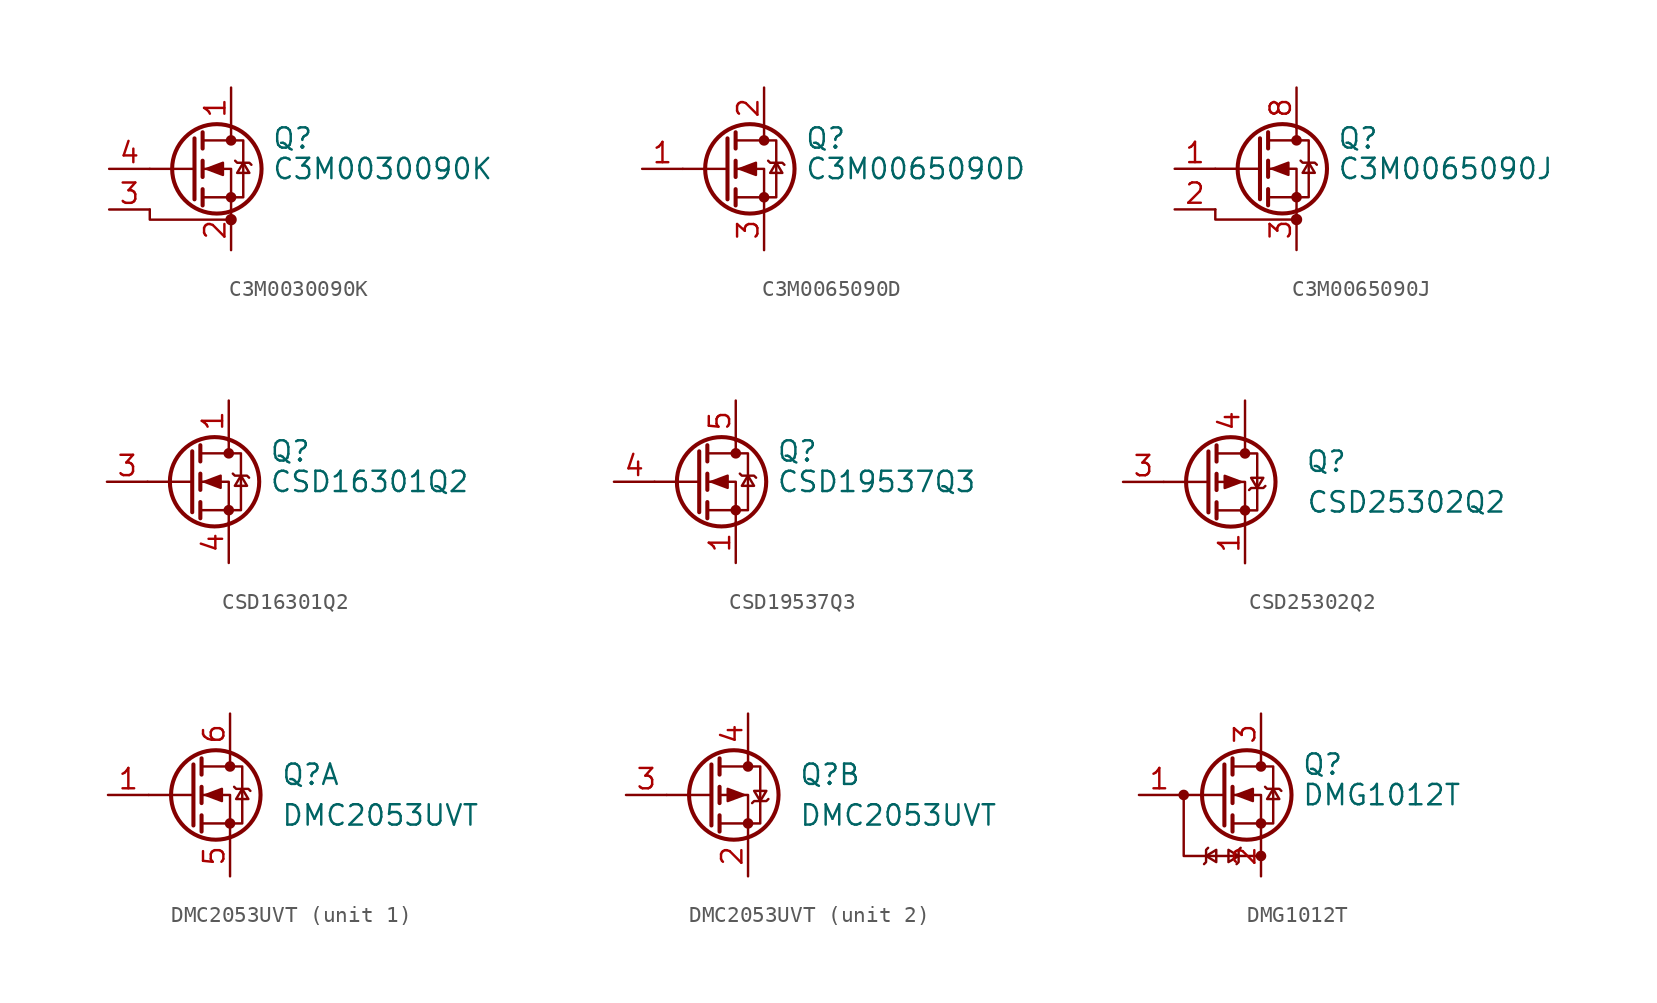
<source format=kicad_sym>
(kicad_symbol_lib
  (version 20200908)
  (generator kicad_symbol_editor)
  (symbol "Transistor_FET:C3M0030090K"
    (pin_names hide)
    (property "Reference" "Q"
      (at 5.08 1.905 0)
      (effects (font (size 1.27 1.27)) (justify left)))
    (property "Value" "C3M0030090K"
      (at 5.08 0 0)
      (effects (font (size 1.27 1.27)) (justify left)))
    (symbol "C3M0030090K_0_1"
      (circle (center 1.651 0) (radius 2.794) (stroke (width 0.254)) (fill (type none)))
      (circle (center 2.54 -3.175) (radius 0.279) (stroke (width 0)) (fill (type outline)))
      (circle (center 2.54 -1.778) (radius 0.254) (stroke (width 0)) (fill (type outline)))
      (circle (center 2.54 1.778) (radius 0.254) (stroke (width 0)) (fill (type outline)))
      (polyline (pts (xy 0.254 0) (xy -2.54 0)) (stroke (width 0)) (fill (type none)))
      (polyline (pts (xy 0.254 1.905) (xy 0.254 -1.905)) (stroke (width 0.254)) (fill (type none)))
      (polyline (pts (xy 0.762 -1.27) (xy 0.762 -2.286)) (stroke (width 0.254)) (fill (type none)))
      (polyline (pts (xy 0.762 0.508) (xy 0.762 -0.508)) (stroke (width 0.254)) (fill (type none)))
      (polyline (pts (xy 0.762 2.286) (xy 0.762 1.27)) (stroke (width 0.254)) (fill (type none)))
      (polyline (pts (xy 2.54 2.54) (xy 2.54 1.778)) (stroke (width 0)) (fill (type none)))
      (polyline (pts (xy -2.54 -2.54) (xy -2.54 -3.175) (xy 2.54 -3.175)) (stroke (width 0)) (fill (type none)))
      (polyline (pts (xy 2.54 -2.54) (xy 2.54 0) (xy 0.762 0)) (stroke (width 0)) (fill (type none)))
      (polyline (pts (xy 0.762 -1.778) (xy 3.302 -1.778) (xy 3.302 1.778) (xy 0.762 1.778)) (stroke (width 0)) (fill (type none)))
      (polyline (pts (xy 1.016 0) (xy 2.032 0.381) (xy 2.032 -0.381) (xy 1.016 0)) (stroke (width 0)) (fill (type outline)))
      (polyline (pts (xy 2.794 0.508) (xy 2.921 0.381) (xy 3.683 0.381) (xy 3.81 0.254)) (stroke (width 0)) (fill (type none)))
      (polyline (pts (xy 3.302 0.381) (xy 2.921 -0.254) (xy 3.683 -0.254) (xy 3.302 0.381)) (stroke (width 0)) (fill (type none))))
    (symbol "C3M0030090K_1_1"
      (pin passive line (at 2.54 5.08 270) (length 2.54) (name "D" (effects (font (size 1.27 1.27)))) (number "1" (effects (font (size 1.27 1.27)))))
      (pin passive line (at 2.54 -5.08 90) (length 2.54) (name "S" (effects (font (size 1.27 1.27)))) (number "2" (effects (font (size 1.27 1.27)))))
      (pin passive line (at -5.08 -2.54 0) (length 2.54) (name "DS" (effects (font (size 1.27 1.27)))) (number "3" (effects (font (size 1.27 1.27)))))
      (pin input line (at -5.08 0 0) (length 2.54) (name "G" (effects (font (size 1.27 1.27)))) (number "4" (effects (font (size 1.27 1.27)))))))
  (symbol "Transistor_FET:C3M0065090D"
    (pin_names hide)
    (property "Reference" "Q"
      (at 5.08 1.905 0)
      (effects (font (size 1.27 1.27)) (justify left)))
    (property "Value" "C3M0065090D"
      (at 5.08 0 0)
      (effects (font (size 1.27 1.27)) (justify left)))
    (symbol "C3M0065090D_0_1"
      (circle (center 1.651 0) (radius 2.794) (stroke (width 0.254)) (fill (type none)))
      (circle (center 2.54 -1.778) (radius 0.254) (stroke (width 0)) (fill (type outline)))
      (circle (center 2.54 1.778) (radius 0.254) (stroke (width 0)) (fill (type outline)))
      (polyline (pts (xy 0.254 0) (xy -2.54 0)) (stroke (width 0)) (fill (type none)))
      (polyline (pts (xy 0.254 1.905) (xy 0.254 -1.905)) (stroke (width 0.254)) (fill (type none)))
      (polyline (pts (xy 0.762 -1.27) (xy 0.762 -2.286)) (stroke (width 0.254)) (fill (type none)))
      (polyline (pts (xy 0.762 0.508) (xy 0.762 -0.508)) (stroke (width 0.254)) (fill (type none)))
      (polyline (pts (xy 0.762 2.286) (xy 0.762 1.27)) (stroke (width 0.254)) (fill (type none)))
      (polyline (pts (xy 2.54 2.54) (xy 2.54 1.778)) (stroke (width 0)) (fill (type none)))
      (polyline (pts (xy 2.54 -2.54) (xy 2.54 0) (xy 0.762 0)) (stroke (width 0)) (fill (type none)))
      (polyline (pts (xy 0.762 -1.778) (xy 3.302 -1.778) (xy 3.302 1.778) (xy 0.762 1.778)) (stroke (width 0)) (fill (type none)))
      (polyline (pts (xy 1.016 0) (xy 2.032 0.381) (xy 2.032 -0.381) (xy 1.016 0)) (stroke (width 0)) (fill (type outline)))
      (polyline (pts (xy 2.794 0.508) (xy 2.921 0.381) (xy 3.683 0.381) (xy 3.81 0.254)) (stroke (width 0)) (fill (type none)))
      (polyline (pts (xy 3.302 0.381) (xy 2.921 -0.254) (xy 3.683 -0.254) (xy 3.302 0.381)) (stroke (width 0)) (fill (type none))))
    (symbol "C3M0065090D_1_1"
      (pin input line (at -5.08 0 0) (length 2.54) (name "G" (effects (font (size 1.27 1.27)))) (number "1" (effects (font (size 1.27 1.27)))))
      (pin passive line (at 2.54 5.08 270) (length 2.54) (name "D" (effects (font (size 1.27 1.27)))) (number "2" (effects (font (size 1.27 1.27)))))
      (pin passive line (at 2.54 -5.08 90) (length 2.54) (name "S" (effects (font (size 1.27 1.27)))) (number "3" (effects (font (size 1.27 1.27)))))))
  (symbol "Transistor_FET:C3M0065090J"
    (pin_names hide)
    (property "Reference" "Q"
      (at 5.08 1.905 0)
      (effects (font (size 1.27 1.27)) (justify left)))
    (property "Value" "C3M0065090J"
      (at 5.08 0 0)
      (effects (font (size 1.27 1.27)) (justify left)))
    (symbol "C3M0065090J_0_1"
      (circle (center 1.651 0) (radius 2.794) (stroke (width 0.254)) (fill (type none)))
      (circle (center 2.54 -3.175) (radius 0.279) (stroke (width 0)) (fill (type outline)))
      (circle (center 2.54 -1.778) (radius 0.254) (stroke (width 0)) (fill (type outline)))
      (circle (center 2.54 1.778) (radius 0.254) (stroke (width 0)) (fill (type outline)))
      (polyline (pts (xy 0.254 0) (xy -2.54 0)) (stroke (width 0)) (fill (type none)))
      (polyline (pts (xy 0.254 1.905) (xy 0.254 -1.905)) (stroke (width 0.254)) (fill (type none)))
      (polyline (pts (xy 0.762 -1.27) (xy 0.762 -2.286)) (stroke (width 0.254)) (fill (type none)))
      (polyline (pts (xy 0.762 0.508) (xy 0.762 -0.508)) (stroke (width 0.254)) (fill (type none)))
      (polyline (pts (xy 0.762 2.286) (xy 0.762 1.27)) (stroke (width 0.254)) (fill (type none)))
      (polyline (pts (xy 2.54 2.54) (xy 2.54 1.778)) (stroke (width 0)) (fill (type none)))
      (polyline (pts (xy -2.54 -2.54) (xy -2.54 -3.175) (xy 2.54 -3.175)) (stroke (width 0)) (fill (type none)))
      (polyline (pts (xy 2.54 -2.54) (xy 2.54 0) (xy 0.762 0)) (stroke (width 0)) (fill (type none)))
      (polyline (pts (xy 0.762 -1.778) (xy 3.302 -1.778) (xy 3.302 1.778) (xy 0.762 1.778)) (stroke (width 0)) (fill (type none)))
      (polyline (pts (xy 1.016 0) (xy 2.032 0.381) (xy 2.032 -0.381) (xy 1.016 0)) (stroke (width 0)) (fill (type outline)))
      (polyline (pts (xy 2.794 0.508) (xy 2.921 0.381) (xy 3.683 0.381) (xy 3.81 0.254)) (stroke (width 0)) (fill (type none)))
      (polyline (pts (xy 3.302 0.381) (xy 2.921 -0.254) (xy 3.683 -0.254) (xy 3.302 0.381)) (stroke (width 0)) (fill (type none))))
    (symbol "C3M0065090J_1_1"
      (pin input line (at -5.08 0 0) (length 2.54) (name "G" (effects (font (size 1.27 1.27)))) (number "1" (effects (font (size 1.27 1.27)))))
      (pin passive line (at -5.08 -2.54 0) (length 2.54) (name "DS" (effects (font (size 1.27 1.27)))) (number "2" (effects (font (size 1.27 1.27)))))
      (pin passive line (at 2.54 -5.08 90) (length 2.54) (name "S" (effects (font (size 1.27 1.27)))) (number "3" (effects (font (size 1.27 1.27)))))
      (pin passive line (at 2.54 -5.08 90) (length 2.54) hide (name "S" (effects (font (size 1.27 1.27)))) (number "4" (effects (font (size 1.27 1.27)))))
      (pin passive line (at 2.54 -5.08 90) (length 2.54) hide (name "S" (effects (font (size 1.27 1.27)))) (number "5" (effects (font (size 1.27 1.27)))))
      (pin passive line (at 2.54 -5.08 90) (length 2.54) hide (name "S" (effects (font (size 1.27 1.27)))) (number "6" (effects (font (size 1.27 1.27)))))
      (pin passive line (at 2.54 -5.08 90) (length 2.54) hide (name "S" (effects (font (size 1.27 1.27)))) (number "7" (effects (font (size 1.27 1.27)))))
      (pin passive line (at 2.54 5.08 270) (length 2.54) (name "D" (effects (font (size 1.27 1.27)))) (number "8" (effects (font (size 1.27 1.27)))))))
  (symbol "Transistor_FET:CSD16301Q2"
    (pin_names hide)
    (property "Reference" "Q"
      (at 5.08 1.905 0)
      (effects (font (size 1.27 1.27)) (justify left)))
    (property "Value" "CSD16301Q2"
      (at 5.08 0 0)
      (effects (font (size 1.27 1.27)) (justify left)))
    (symbol "CSD16301Q2_0_1"
      (circle (center 1.651 0) (radius 2.794) (stroke (width 0.254)) (fill (type none)))
      (circle (center 2.54 -1.778) (radius 0.254) (stroke (width 0)) (fill (type outline)))
      (circle (center 2.54 1.778) (radius 0.254) (stroke (width 0)) (fill (type outline)))
      (polyline (pts (xy 0.254 0) (xy -2.54 0)) (stroke (width 0)) (fill (type none)))
      (polyline (pts (xy 0.254 1.905) (xy 0.254 -1.905)) (stroke (width 0.254)) (fill (type none)))
      (polyline (pts (xy 0.762 -1.27) (xy 0.762 -2.286)) (stroke (width 0.254)) (fill (type none)))
      (polyline (pts (xy 0.762 0.508) (xy 0.762 -0.508)) (stroke (width 0.254)) (fill (type none)))
      (polyline (pts (xy 0.762 2.286) (xy 0.762 1.27)) (stroke (width 0.254)) (fill (type none)))
      (polyline (pts (xy 2.54 2.54) (xy 2.54 1.778)) (stroke (width 0)) (fill (type none)))
      (polyline (pts (xy 2.54 -2.54) (xy 2.54 0) (xy 0.762 0)) (stroke (width 0)) (fill (type none)))
      (polyline (pts (xy 0.762 -1.778) (xy 3.302 -1.778) (xy 3.302 1.778) (xy 0.762 1.778)) (stroke (width 0)) (fill (type none)))
      (polyline (pts (xy 1.016 0) (xy 2.032 0.381) (xy 2.032 -0.381) (xy 1.016 0)) (stroke (width 0)) (fill (type outline)))
      (polyline (pts (xy 2.794 0.508) (xy 2.921 0.381) (xy 3.683 0.381) (xy 3.81 0.254)) (stroke (width 0)) (fill (type none)))
      (polyline (pts (xy 3.302 0.381) (xy 2.921 -0.254) (xy 3.683 -0.254) (xy 3.302 0.381)) (stroke (width 0)) (fill (type none))))
    (symbol "CSD16301Q2_1_1"
      (pin passive line (at 2.54 5.08 270) (length 2.54) (name "D" (effects (font (size 1.27 1.27)))) (number "1" (effects (font (size 1.27 1.27)))))
      (pin passive line (at 2.54 5.08 270) (length 2.54) hide (name "D" (effects (font (size 1.27 1.27)))) (number "2" (effects (font (size 1.27 1.27)))))
      (pin passive line (at -5.08 0 0) (length 2.54) (name "G" (effects (font (size 1.27 1.27)))) (number "3" (effects (font (size 1.27 1.27)))))
      (pin passive line (at 2.54 -5.08 90) (length 2.54) (name "S" (effects (font (size 1.27 1.27)))) (number "4" (effects (font (size 1.27 1.27)))))
      (pin passive line (at 2.54 5.08 270) (length 2.54) hide (name "D" (effects (font (size 1.27 1.27)))) (number "5" (effects (font (size 1.27 1.27)))))
      (pin passive line (at 2.54 5.08 270) (length 2.54) hide (name "D" (effects (font (size 1.27 1.27)))) (number "6" (effects (font (size 1.27 1.27)))))
      (pin passive line (at 2.54 -5.08 90) (length 2.54) hide (name "S" (effects (font (size 1.27 1.27)))) (number "7" (effects (font (size 1.27 1.27)))))
      (pin passive line (at 2.54 5.08 270) (length 2.54) hide (name "D" (effects (font (size 1.27 1.27)))) (number "8" (effects (font (size 1.27 1.27)))))))
  (symbol "Transistor_FET:CSD19537Q3"
    (pin_names hide)
    (property "Reference" "Q"
      (at 5.08 1.905 0)
      (effects (font (size 1.27 1.27)) (justify left)))
    (property "Value" "CSD19537Q3"
      (at 5.08 0 0)
      (effects (font (size 1.27 1.27)) (justify left)))
    (symbol "CSD19537Q3_0_1"
      (circle (center 1.651 0) (radius 2.794) (stroke (width 0.254)) (fill (type none)))
      (circle (center 2.54 -1.778) (radius 0.254) (stroke (width 0)) (fill (type outline)))
      (circle (center 2.54 1.778) (radius 0.254) (stroke (width 0)) (fill (type outline)))
      (polyline (pts (xy 0.254 0) (xy -2.54 0)) (stroke (width 0)) (fill (type none)))
      (polyline (pts (xy 0.254 1.905) (xy 0.254 -1.905)) (stroke (width 0.254)) (fill (type none)))
      (polyline (pts (xy 0.762 -1.27) (xy 0.762 -2.286)) (stroke (width 0.254)) (fill (type none)))
      (polyline (pts (xy 0.762 0.508) (xy 0.762 -0.508)) (stroke (width 0.254)) (fill (type none)))
      (polyline (pts (xy 0.762 2.286) (xy 0.762 1.27)) (stroke (width 0.254)) (fill (type none)))
      (polyline (pts (xy 2.54 2.54) (xy 2.54 1.778)) (stroke (width 0)) (fill (type none)))
      (polyline (pts (xy 2.54 -2.54) (xy 2.54 0) (xy 0.762 0)) (stroke (width 0)) (fill (type none)))
      (polyline (pts (xy 0.762 -1.778) (xy 3.302 -1.778) (xy 3.302 1.778) (xy 0.762 1.778)) (stroke (width 0)) (fill (type none)))
      (polyline (pts (xy 1.016 0) (xy 2.032 0.381) (xy 2.032 -0.381) (xy 1.016 0)) (stroke (width 0)) (fill (type outline)))
      (polyline (pts (xy 2.794 0.508) (xy 2.921 0.381) (xy 3.683 0.381) (xy 3.81 0.254)) (stroke (width 0)) (fill (type none)))
      (polyline (pts (xy 3.302 0.381) (xy 2.921 -0.254) (xy 3.683 -0.254) (xy 3.302 0.381)) (stroke (width 0)) (fill (type none))))
    (symbol "CSD19537Q3_1_1"
      (pin passive line (at 2.54 -5.08 90) (length 2.54) (name "S" (effects (font (size 1.27 1.27)))) (number "1" (effects (font (size 1.27 1.27)))))
      (pin passive line (at 2.54 -5.08 90) (length 2.54) hide (name "S" (effects (font (size 1.27 1.27)))) (number "2" (effects (font (size 1.27 1.27)))))
      (pin passive line (at 2.54 -5.08 90) (length 2.54) hide (name "S" (effects (font (size 1.27 1.27)))) (number "3" (effects (font (size 1.27 1.27)))))
      (pin passive line (at -5.08 0 0) (length 2.54) (name "G" (effects (font (size 1.27 1.27)))) (number "4" (effects (font (size 1.27 1.27)))))
      (pin passive line (at 2.54 5.08 270) (length 2.54) (name "D" (effects (font (size 1.27 1.27)))) (number "5" (effects (font (size 1.27 1.27)))))))
  (symbol "Transistor_FET:CSD25302Q2"
    (pin_names hide)
    (property "Reference" "Q"
      (at 5.08 1.27 0)
      (effects (font (size 1.27 1.27))))
    (property "Value" "CSD25302Q2"
      (at 3.81 -1.27 0)
      (effects (font (size 1.27 1.27)) (justify left)))
    (symbol "CSD25302Q2_0_1"
      (circle (center -0.889 0) (radius 2.794) (stroke (width 0.254)) (fill (type none)))
      (circle (center 0 -1.778) (radius 0.254) (stroke (width 0)) (fill (type outline)))
      (circle (center 0 1.778) (radius 0.254) (stroke (width 0)) (fill (type outline)))
      (polyline (pts (xy -2.286 0) (xy -5.08 0)) (stroke (width 0)) (fill (type none)))
      (polyline (pts (xy -2.286 1.905) (xy -2.286 -1.905)) (stroke (width 0.254)) (fill (type none)))
      (polyline (pts (xy -1.778 -1.27) (xy -1.778 -2.286)) (stroke (width 0.254)) (fill (type none)))
      (polyline (pts (xy -1.778 0.508) (xy -1.778 -0.508)) (stroke (width 0.254)) (fill (type none)))
      (polyline (pts (xy -1.778 2.286) (xy -1.778 1.27)) (stroke (width 0.254)) (fill (type none)))
      (polyline (pts (xy 0 2.54) (xy 0 1.778)) (stroke (width 0)) (fill (type none)))
      (polyline (pts (xy 0 -2.54) (xy 0 0) (xy -1.778 0)) (stroke (width 0)) (fill (type none)))
      (polyline (pts (xy -1.778 1.778) (xy 0.762 1.778) (xy 0.762 -1.778) (xy -1.778 -1.778)) (stroke (width 0)) (fill (type none)))
      (polyline (pts (xy -0.254 0) (xy -1.27 0.381) (xy -1.27 -0.381) (xy -0.254 0)) (stroke (width 0)) (fill (type outline)))
      (polyline (pts (xy 0.254 -0.508) (xy 0.381 -0.381) (xy 1.143 -0.381) (xy 1.27 -0.254)) (stroke (width 0)) (fill (type none)))
      (polyline (pts (xy 0.762 -0.381) (xy 0.381 0.254) (xy 1.143 0.254) (xy 0.762 -0.381)) (stroke (width 0)) (fill (type none))))
    (symbol "CSD25302Q2_1_1"
      (pin passive line (at 0 -5.08 90) (length 2.54) (name "S" (effects (font (size 1.27 1.27)))) (number "1" (effects (font (size 1.27 1.27)))))
      (pin passive line (at 0 -5.08 90) (length 2.54) hide (name "S" (effects (font (size 1.27 1.27)))) (number "2" (effects (font (size 1.27 1.27)))))
      (pin passive line (at -7.62 0 0) (length 2.54) (name "G" (effects (font (size 1.27 1.27)))) (number "3" (effects (font (size 1.27 1.27)))))
      (pin passive line (at 0 5.08 270) (length 2.54) (name "D" (effects (font (size 1.27 1.27)))) (number "4" (effects (font (size 1.27 1.27)))))
      (pin passive line (at 0 -5.08 90) (length 2.54) hide (name "S" (effects (font (size 1.27 1.27)))) (number "5" (effects (font (size 1.27 1.27)))))
      (pin passive line (at 0 -5.08 90) (length 2.54) hide (name "S" (effects (font (size 1.27 1.27)))) (number "6" (effects (font (size 1.27 1.27)))))
      (pin passive line (at 0 5.08 270) (length 2.54) hide (name "D" (effects (font (size 1.27 1.27)))) (number "7" (effects (font (size 1.27 1.27)))))
      (pin passive line (at 0 -5.08 90) (length 2.54) hide (name "S" (effects (font (size 1.27 1.27)))) (number "8" (effects (font (size 1.27 1.27)))))))
  (symbol "Transistor_FET:DMC2053UVT"
    (pin_names hide)
    (property "Reference" "Q"
      (at 3.175 1.27 0)
      (effects (font (size 1.27 1.27)) (justify left)))
    (property "Value" "DMC2053UVT"
      (at 3.175 -1.27 0)
      (effects (font (size 1.27 1.27)) (justify left)))
    (symbol "DMC2053UVT_0_1"
      (circle (center -0.889 0) (radius 2.794) (stroke (width 0.254)) (fill (type none)))
      (circle (center 0 -1.778) (radius 0.254) (stroke (width 0)) (fill (type outline)))
      (circle (center 0 1.778) (radius 0.254) (stroke (width 0)) (fill (type outline)))
      (polyline (pts (xy -2.286 0) (xy -5.08 0)) (stroke (width 0)) (fill (type none)))
      (polyline (pts (xy -2.286 1.905) (xy -2.286 -1.905)) (stroke (width 0.254)) (fill (type none)))
      (polyline (pts (xy -1.778 -1.27) (xy -1.778 -2.286)) (stroke (width 0.254)) (fill (type none)))
      (polyline (pts (xy -1.778 0.508) (xy -1.778 -0.508)) (stroke (width 0.254)) (fill (type none)))
      (polyline (pts (xy -1.778 2.286) (xy -1.778 1.27)) (stroke (width 0.254)) (fill (type none)))
      (polyline (pts (xy 0 2.54) (xy 0 1.778)) (stroke (width 0)) (fill (type none)))
      (polyline (pts (xy 0 -2.54) (xy 0 0) (xy -1.778 0)) (stroke (width 0)) (fill (type none)))
      (polyline (pts (xy -1.778 -1.778) (xy 0.762 -1.778) (xy 0.762 1.778) (xy -1.778 1.778)) (stroke (width 0)) (fill (type none))))
    (symbol "DMC2053UVT_1_1"
      (polyline (pts (xy -1.524 0) (xy -0.508 0.381) (xy -0.508 -0.381) (xy -1.524 0)) (stroke (width 0)) (fill (type outline)))
      (polyline (pts (xy 0.254 0.508) (xy 0.381 0.381) (xy 1.143 0.381) (xy 1.27 0.254)) (stroke (width 0)) (fill (type none)))
      (polyline (pts (xy 0.762 0.381) (xy 0.381 -0.254) (xy 1.143 -0.254) (xy 0.762 0.381)) (stroke (width 0)) (fill (type none)))
      (pin passive line (at -7.62 0 0) (length 2.54) (name "G" (effects (font (size 1.27 1.27)))) (number "1" (effects (font (size 1.27 1.27)))))
      (pin passive line (at 0 -5.08 90) (length 2.54) (name "S" (effects (font (size 1.27 1.27)))) (number "5" (effects (font (size 1.27 1.27)))))
      (pin passive line (at 0 5.08 270) (length 2.54) (name "D" (effects (font (size 1.27 1.27)))) (number "6" (effects (font (size 1.27 1.27))))))
    (symbol "DMC2053UVT_2_1"
      (polyline (pts (xy -0.254 0) (xy -1.27 0.381) (xy -1.27 -0.381) (xy -0.254 0)) (stroke (width 0)) (fill (type outline)))
      (polyline (pts (xy 0.254 -0.508) (xy 0.381 -0.381) (xy 1.143 -0.381) (xy 1.27 -0.254)) (stroke (width 0)) (fill (type none)))
      (polyline (pts (xy 0.762 -0.381) (xy 0.381 0.254) (xy 1.143 0.254) (xy 0.762 -0.381)) (stroke (width 0)) (fill (type none)))
      (pin passive line (at 0 -5.08 90) (length 2.54) (name "S" (effects (font (size 1.27 1.27)))) (number "2" (effects (font (size 1.27 1.27)))))
      (pin passive line (at -7.62 0 0) (length 2.54) (name "G" (effects (font (size 1.27 1.27)))) (number "3" (effects (font (size 1.27 1.27)))))
      (pin passive line (at 0 5.08 270) (length 2.54) (name "D" (effects (font (size 1.27 1.27)))) (number "4" (effects (font (size 1.27 1.27)))))))
  (symbol "Transistor_FET:DMG1012T"
    (pin_names
      (offset 0) hide)
    (property "Reference" "Q"
      (at 5.08 1.905 0)
      (effects (font (size 1.27 1.27)) (justify left)))
    (property "Value" "DMG1012T"
      (at 5.08 0 0)
      (effects (font (size 1.27 1.27)) (justify left)))
    (symbol "DMG1012T_1_1"
      (circle (center -2.286 0) (radius 0.254) (stroke (width 0)) (fill (type outline)))
      (circle (center 1.651 0) (radius 2.794) (stroke (width 0.254)) (fill (type none)))
      (circle (center 2.54 -3.81) (radius 0.254) (stroke (width 0)) (fill (type outline)))
      (circle (center 2.54 -1.778) (radius 0.254) (stroke (width 0)) (fill (type outline)))
      (circle (center 2.54 1.778) (radius 0.254) (stroke (width 0)) (fill (type outline)))
      (polyline (pts (xy 0.254 0) (xy -2.54 0)) (stroke (width 0)) (fill (type none)))
      (polyline (pts (xy 0.254 1.905) (xy 0.254 -1.905)) (stroke (width 0.254)) (fill (type none)))
      (polyline (pts (xy 0.762 -1.27) (xy 0.762 -2.286)) (stroke (width 0.254)) (fill (type none)))
      (polyline (pts (xy 0.762 0.508) (xy 0.762 -0.508)) (stroke (width 0.254)) (fill (type none)))
      (polyline (pts (xy 0.762 2.286) (xy 0.762 1.27)) (stroke (width 0.254)) (fill (type none)))
      (polyline (pts (xy 2.54 2.54) (xy 2.54 1.778)) (stroke (width 0)) (fill (type none)))
      (polyline (pts (xy 2.54 -2.54) (xy 2.54 0) (xy 0.762 0)) (stroke (width 0)) (fill (type none)))
      (polyline (pts (xy -1.016 -4.318) (xy -0.889 -4.191) (xy -0.889 -3.429) (xy -0.762 -3.302)) (stroke (width 0)) (fill (type none)))
      (polyline (pts (xy -0.889 -3.81) (xy -0.254 -4.191) (xy -0.254 -3.429) (xy -0.889 -3.81)) (stroke (width 0)) (fill (type none)))
      (polyline (pts (xy 0.762 -1.778) (xy 3.302 -1.778) (xy 3.302 1.778) (xy 0.762 1.778)) (stroke (width 0)) (fill (type none)))
      (polyline (pts (xy 1.016 0) (xy 2.032 0.381) (xy 2.032 -0.381) (xy 1.016 0)) (stroke (width 0)) (fill (type outline)))
      (polyline (pts (xy 1.143 -3.81) (xy 0.508 -3.429) (xy 0.508 -4.191) (xy 1.143 -3.81)) (stroke (width 0)) (fill (type none)))
      (polyline (pts (xy 1.27 -3.302) (xy 1.143 -3.429) (xy 1.143 -4.191) (xy 1.016 -4.318)) (stroke (width 0)) (fill (type none)))
      (polyline (pts (xy 2.794 0.508) (xy 2.921 0.381) (xy 3.683 0.381) (xy 3.81 0.254)) (stroke (width 0)) (fill (type none)))
      (polyline (pts (xy 3.302 0.381) (xy 2.921 -0.254) (xy 3.683 -0.254) (xy 3.302 0.381)) (stroke (width 0)) (fill (type none)))
      (pin input line (at -5.08 0 0) (length 2.54) (name "G" (effects (font (size 1.27 1.27)))) (number "1" (effects (font (size 1.27 1.27)))))
      (pin passive line (at 2.54 -5.08 90) (length 2.54) (name "S" (effects (font (size 1.27 1.27)))) (number "2" (effects (font (size 1.27 1.27)))))
      (pin passive line (at 2.54 5.08 270) (length 2.54) (name "D" (effects (font (size 1.27 1.27)))) (number "3" (effects (font (size 1.27 1.27))))))
    (symbol "DMG1012T_0_1"
      (polyline (pts (xy 2.54 -3.81) (xy -2.286 -3.81) (xy -2.286 0)) (stroke (width 0)) (fill (type none))))))
</source>
